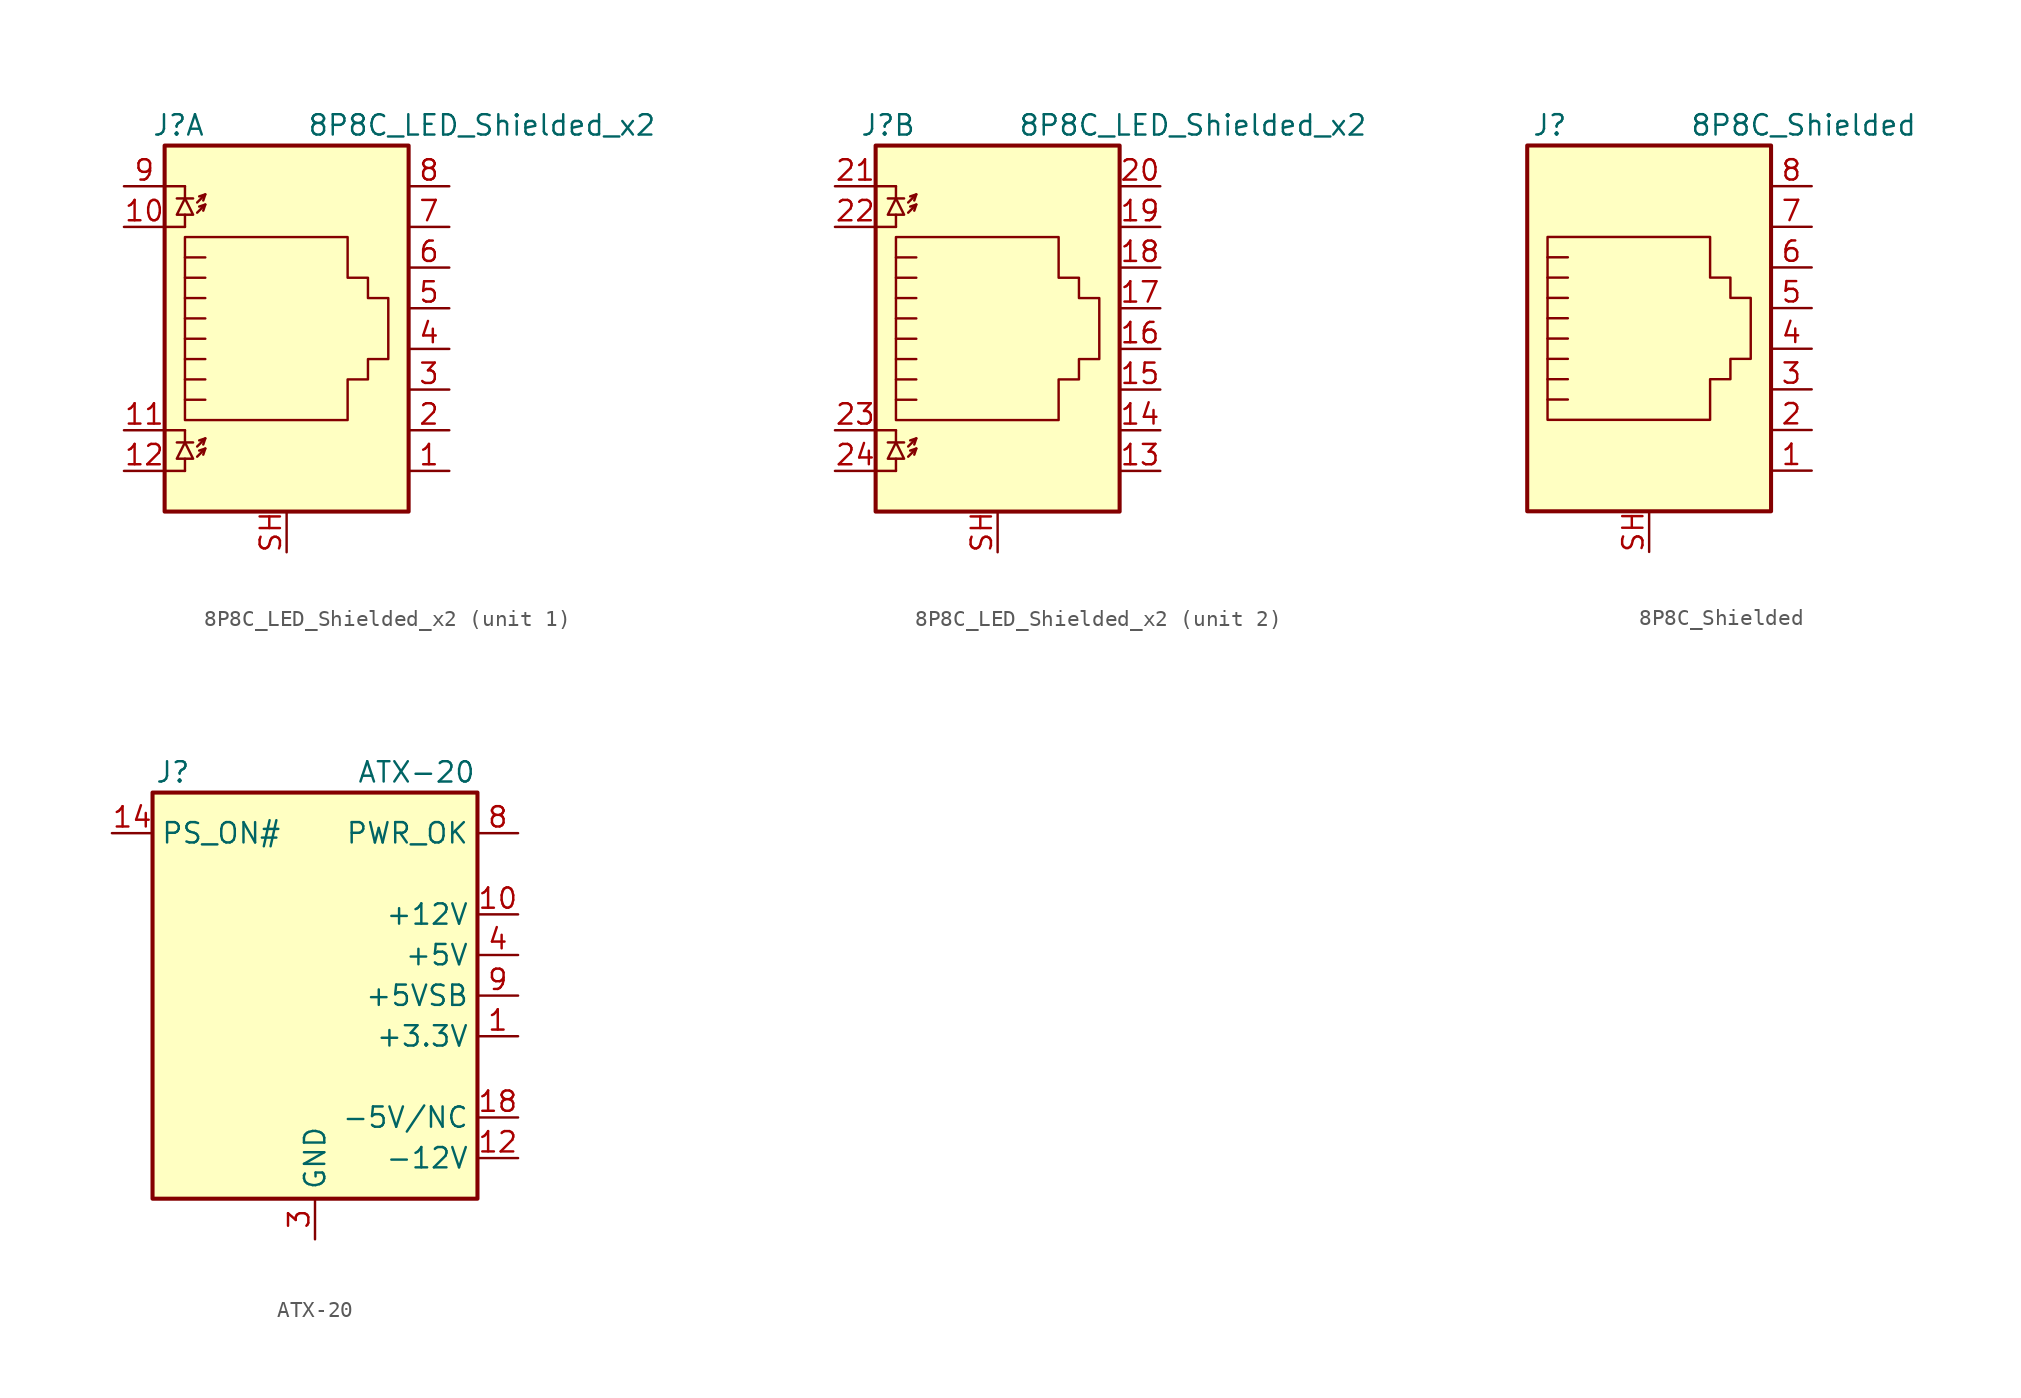
<source format=kicad_sym>
(kicad_symbol_lib
  (version 20220914)
  (generator kicad_symbol_editor)
  (symbol "8P8C_LED_Shielded_x2"
    (property "Reference" "J"
      (at -5.08 13.97 0)
      (effects (font (size 1.27 1.27)) (justify right)))
    (property "Value" "8P8C_LED_Shielded_x2"
      (at 1.27 13.97 0)
      (effects (font (size 1.27 1.27)) (justify left)))
    (symbol "8P8C_LED_Shielded_x2_0_1"
      (polyline (pts (xy -7.62 -7.62) (xy -6.35 -7.62)) (stroke (width 0) (type default)) (fill (type none)))
      (polyline (pts (xy -7.62 -5.08) (xy -6.35 -5.08)) (stroke (width 0) (type default)) (fill (type none)))
      (polyline (pts (xy -7.62 7.62) (xy -6.35 7.62)) (stroke (width 0) (type default)) (fill (type none)))
      (polyline (pts (xy -7.62 10.16) (xy -6.35 10.16)) (stroke (width 0) (type default)) (fill (type none)))
      (polyline (pts (xy -6.858 -5.842) (xy -5.842 -5.842)) (stroke (width 0) (type default)) (fill (type none)))
      (polyline (pts (xy -6.858 9.398) (xy -5.842 9.398)) (stroke (width 0) (type default)) (fill (type none)))
      (polyline (pts (xy -6.35 -7.62) (xy -6.35 -6.858)) (stroke (width 0) (type default)) (fill (type none)))
      (polyline (pts (xy -6.35 -5.08) (xy -6.35 -5.842)) (stroke (width 0) (type default)) (fill (type none)))
      (polyline (pts (xy -6.35 7.62) (xy -6.35 8.382)) (stroke (width 0) (type default)) (fill (type none)))
      (polyline (pts (xy -6.35 10.16) (xy -6.35 9.398)) (stroke (width 0) (type default)) (fill (type none)))
      (polyline (pts (xy -5.08 -6.223) (xy -5.207 -6.604)) (stroke (width 0) (type default)) (fill (type none)))
      (polyline (pts (xy -5.08 -5.588) (xy -5.207 -5.969)) (stroke (width 0) (type default)) (fill (type none)))
      (polyline (pts (xy -5.08 4.445) (xy -6.35 4.445)) (stroke (width 0) (type default)) (fill (type none)))
      (polyline (pts (xy -5.08 5.715) (xy -6.35 5.715)) (stroke (width 0) (type default)) (fill (type none)))
      (polyline (pts (xy -5.08 9.017) (xy -5.207 8.636)) (stroke (width 0) (type default)) (fill (type none)))
      (polyline (pts (xy -5.08 9.652) (xy -5.207 9.271)) (stroke (width 0) (type default)) (fill (type none)))
      (polyline (pts (xy -6.35 -3.175) (xy -5.08 -3.175) (xy -5.08 -3.175)) (stroke (width 0) (type default)) (fill (type none)))
      (polyline (pts (xy -6.35 -1.905) (xy -5.08 -1.905) (xy -5.08 -1.905)) (stroke (width 0) (type default)) (fill (type none)))
      (polyline (pts (xy -6.35 -0.635) (xy -5.08 -0.635) (xy -5.08 -0.635)) (stroke (width 0) (type default)) (fill (type none)))
      (polyline (pts (xy -6.35 0.635) (xy -5.08 0.635) (xy -5.08 0.635)) (stroke (width 0) (type default)) (fill (type none)))
      (polyline (pts (xy -6.35 1.905) (xy -5.08 1.905) (xy -5.08 1.905)) (stroke (width 0) (type default)) (fill (type none)))
      (polyline (pts (xy -5.588 -6.731) (xy -5.08 -6.223) (xy -5.461 -6.35)) (stroke (width 0) (type default)) (fill (type none)))
      (polyline (pts (xy -5.588 -6.096) (xy -5.08 -5.588) (xy -5.461 -5.715)) (stroke (width 0) (type default)) (fill (type none)))
      (polyline (pts (xy -5.588 8.509) (xy -5.08 9.017) (xy -5.461 8.89)) (stroke (width 0) (type default)) (fill (type none)))
      (polyline (pts (xy -5.588 9.144) (xy -5.08 9.652) (xy -5.461 9.525)) (stroke (width 0) (type default)) (fill (type none)))
      (polyline (pts (xy -5.08 3.175) (xy -6.35 3.175) (xy -6.35 3.175)) (stroke (width 0) (type default)) (fill (type none)))
      (polyline (pts (xy -6.35 -5.842) (xy -6.858 -6.858) (xy -5.842 -6.858) (xy -6.35 -5.842)) (stroke (width 0) (type default)) (fill (type none)))
      (polyline (pts (xy -6.35 9.398) (xy -6.858 8.382) (xy -5.842 8.382) (xy -6.35 9.398)) (stroke (width 0) (type default)) (fill (type none)))
      (polyline (pts (xy -6.35 -4.445) (xy -6.35 6.985) (xy 3.81 6.985) (xy 3.81 4.445) (xy 5.08 4.445) (xy 5.08 3.175) (xy 6.35 3.175) (xy 6.35 -0.635) (xy 5.08 -0.635) (xy 5.08 -1.905) (xy 3.81 -1.905) (xy 3.81 -4.445) (xy -6.35 -4.445) (xy -6.35 -4.445)) (stroke (width 0) (type default)) (fill (type none)))
      (rectangle (start 7.62 12.7) (end -7.62 -10.16) (stroke (width 0.254) (type default)) (fill (type background))))
    (symbol "8P8C_LED_Shielded_x2_1_1"
      (pin passive line (at 10.16 -7.62 180) (length 2.54) (name "~" (effects (font (size 1.27 1.27)))) (number "1" (effects (font (size 1.27 1.27)))))
      (pin passive line (at -10.16 7.62 0) (length 2.54) (name "~" (effects (font (size 1.27 1.27)))) (number "10" (effects (font (size 1.27 1.27)))))
      (pin passive line (at -10.16 -5.08 0) (length 2.54) (name "~" (effects (font (size 1.27 1.27)))) (number "11" (effects (font (size 1.27 1.27)))))
      (pin passive line (at -10.16 -7.62 0) (length 2.54) (name "~" (effects (font (size 1.27 1.27)))) (number "12" (effects (font (size 1.27 1.27)))))
      (pin passive line (at 10.16 -5.08 180) (length 2.54) (name "~" (effects (font (size 1.27 1.27)))) (number "2" (effects (font (size 1.27 1.27)))))
      (pin passive line (at 10.16 -2.54 180) (length 2.54) (name "~" (effects (font (size 1.27 1.27)))) (number "3" (effects (font (size 1.27 1.27)))))
      (pin passive line (at 10.16 0 180) (length 2.54) (name "~" (effects (font (size 1.27 1.27)))) (number "4" (effects (font (size 1.27 1.27)))))
      (pin passive line (at 10.16 2.54 180) (length 2.54) (name "~" (effects (font (size 1.27 1.27)))) (number "5" (effects (font (size 1.27 1.27)))))
      (pin passive line (at 10.16 5.08 180) (length 2.54) (name "~" (effects (font (size 1.27 1.27)))) (number "6" (effects (font (size 1.27 1.27)))))
      (pin passive line (at 10.16 7.62 180) (length 2.54) (name "~" (effects (font (size 1.27 1.27)))) (number "7" (effects (font (size 1.27 1.27)))))
      (pin passive line (at 10.16 10.16 180) (length 2.54) (name "~" (effects (font (size 1.27 1.27)))) (number "8" (effects (font (size 1.27 1.27)))))
      (pin passive line (at -10.16 10.16 0) (length 2.54) (name "~" (effects (font (size 1.27 1.27)))) (number "9" (effects (font (size 1.27 1.27)))))
      (pin passive line (at 0 -12.7 90) (length 2.54) (name "~" (effects (font (size 1.27 1.27)))) (number "SH" (effects (font (size 1.27 1.27))))))
    (symbol "8P8C_LED_Shielded_x2_2_1"
      (pin passive line (at 10.16 -7.62 180) (length 2.54) (name "~" (effects (font (size 1.27 1.27)))) (number "13" (effects (font (size 1.27 1.27)))))
      (pin passive line (at 10.16 -5.08 180) (length 2.54) (name "~" (effects (font (size 1.27 1.27)))) (number "14" (effects (font (size 1.27 1.27)))))
      (pin passive line (at 10.16 -2.54 180) (length 2.54) (name "~" (effects (font (size 1.27 1.27)))) (number "15" (effects (font (size 1.27 1.27)))))
      (pin passive line (at 10.16 0 180) (length 2.54) (name "~" (effects (font (size 1.27 1.27)))) (number "16" (effects (font (size 1.27 1.27)))))
      (pin passive line (at 10.16 2.54 180) (length 2.54) (name "~" (effects (font (size 1.27 1.27)))) (number "17" (effects (font (size 1.27 1.27)))))
      (pin passive line (at 10.16 5.08 180) (length 2.54) (name "~" (effects (font (size 1.27 1.27)))) (number "18" (effects (font (size 1.27 1.27)))))
      (pin passive line (at 10.16 7.62 180) (length 2.54) (name "~" (effects (font (size 1.27 1.27)))) (number "19" (effects (font (size 1.27 1.27)))))
      (pin passive line (at 10.16 10.16 180) (length 2.54) (name "~" (effects (font (size 1.27 1.27)))) (number "20" (effects (font (size 1.27 1.27)))))
      (pin passive line (at -10.16 10.16 0) (length 2.54) (name "~" (effects (font (size 1.27 1.27)))) (number "21" (effects (font (size 1.27 1.27)))))
      (pin passive line (at -10.16 7.62 0) (length 2.54) (name "~" (effects (font (size 1.27 1.27)))) (number "22" (effects (font (size 1.27 1.27)))))
      (pin passive line (at -10.16 -5.08 0) (length 2.54) (name "~" (effects (font (size 1.27 1.27)))) (number "23" (effects (font (size 1.27 1.27)))))
      (pin passive line (at -10.16 -7.62 0) (length 2.54) (name "~" (effects (font (size 1.27 1.27)))) (number "24" (effects (font (size 1.27 1.27)))))
      (pin passive line (at 0 -12.7 90) (length 2.54) (name "~" (effects (font (size 1.27 1.27)))) (number "SH" (effects (font (size 1.27 1.27)))))))
  (symbol "8P8C_Shielded"
    (pin_names
      (offset 1.016))
    (property "Reference" "J"
      (at -5.08 13.97 0)
      (effects (font (size 1.27 1.27)) (justify right)))
    (property "Value" "8P8C_Shielded"
      (at 2.54 13.97 0)
      (effects (font (size 1.27 1.27)) (justify left)))
    (symbol "8P8C_Shielded_0_1"
      (polyline (pts (xy -5.08 4.445) (xy -6.35 4.445)) (stroke (width 0) (type default)) (fill (type none)))
      (polyline (pts (xy -5.08 5.715) (xy -6.35 5.715)) (stroke (width 0) (type default)) (fill (type none)))
      (polyline (pts (xy -6.35 -3.175) (xy -5.08 -3.175) (xy -5.08 -3.175)) (stroke (width 0) (type default)) (fill (type none)))
      (polyline (pts (xy -6.35 -1.905) (xy -5.08 -1.905) (xy -5.08 -1.905)) (stroke (width 0) (type default)) (fill (type none)))
      (polyline (pts (xy -6.35 -0.635) (xy -5.08 -0.635) (xy -5.08 -0.635)) (stroke (width 0) (type default)) (fill (type none)))
      (polyline (pts (xy -6.35 0.635) (xy -5.08 0.635) (xy -5.08 0.635)) (stroke (width 0) (type default)) (fill (type none)))
      (polyline (pts (xy -6.35 1.905) (xy -5.08 1.905) (xy -5.08 1.905)) (stroke (width 0) (type default)) (fill (type none)))
      (polyline (pts (xy -5.08 3.175) (xy -6.35 3.175) (xy -6.35 3.175)) (stroke (width 0) (type default)) (fill (type none)))
      (polyline (pts (xy -6.35 -4.445) (xy -6.35 6.985) (xy 3.81 6.985) (xy 3.81 4.445) (xy 5.08 4.445) (xy 5.08 3.175) (xy 6.35 3.175) (xy 6.35 -0.635) (xy 5.08 -0.635) (xy 5.08 -1.905) (xy 3.81 -1.905) (xy 3.81 -4.445) (xy -6.35 -4.445) (xy -6.35 -4.445)) (stroke (width 0) (type default)) (fill (type none)))
      (rectangle (start 7.62 12.7) (end -7.62 -10.16) (stroke (width 0.254) (type default)) (fill (type background))))
    (symbol "8P8C_Shielded_1_1"
      (pin passive line (at 10.16 -7.62 180) (length 2.54) (name "~" (effects (font (size 1.27 1.27)))) (number "1" (effects (font (size 1.27 1.27)))))
      (pin passive line (at 10.16 -5.08 180) (length 2.54) (name "~" (effects (font (size 1.27 1.27)))) (number "2" (effects (font (size 1.27 1.27)))))
      (pin passive line (at 10.16 -2.54 180) (length 2.54) (name "~" (effects (font (size 1.27 1.27)))) (number "3" (effects (font (size 1.27 1.27)))))
      (pin passive line (at 10.16 0 180) (length 2.54) (name "~" (effects (font (size 1.27 1.27)))) (number "4" (effects (font (size 1.27 1.27)))))
      (pin passive line (at 10.16 2.54 180) (length 2.54) (name "~" (effects (font (size 1.27 1.27)))) (number "5" (effects (font (size 1.27 1.27)))))
      (pin passive line (at 10.16 5.08 180) (length 2.54) (name "~" (effects (font (size 1.27 1.27)))) (number "6" (effects (font (size 1.27 1.27)))))
      (pin passive line (at 10.16 7.62 180) (length 2.54) (name "~" (effects (font (size 1.27 1.27)))) (number "7" (effects (font (size 1.27 1.27)))))
      (pin passive line (at 10.16 10.16 180) (length 2.54) (name "~" (effects (font (size 1.27 1.27)))) (number "8" (effects (font (size 1.27 1.27)))))
      (pin passive line (at 0 -12.7 90) (length 2.54) (name "~" (effects (font (size 1.27 1.27)))) (number "SH" (effects (font (size 1.27 1.27)))))))
  (symbol "ATX-20"
    (property "Reference" "J"
      (at -8.89 13.97 0)
      (effects (font (size 1.27 1.27))))
    (property "Value" "ATX-20"
      (at 6.35 13.97 0)
      (effects (font (size 1.27 1.27))))
    (symbol "ATX-20_0_1"
      (rectangle (start -10.16 12.7) (end 10.16 -12.7) (stroke (width 0.254) (type default)) (fill (type background))))
    (symbol "ATX-20_1_1"
      (pin power_out line (at 12.7 -2.54 180) (length 2.54) (name "+3.3V" (effects (font (size 1.27 1.27)))) (number "1" (effects (font (size 1.27 1.27)))))
      (pin power_out line (at 12.7 5.08 180) (length 2.54) (name "+12V" (effects (font (size 1.27 1.27)))) (number "10" (effects (font (size 1.27 1.27)))))
      (pin passive line (at 12.7 -2.54 180) (length 2.54) hide (name "+3.3V" (effects (font (size 1.27 1.27)))) (number "11" (effects (font (size 1.27 1.27)))))
      (pin power_out line (at 12.7 -10.16 180) (length 2.54) (name "-12V" (effects (font (size 1.27 1.27)))) (number "12" (effects (font (size 1.27 1.27)))))
      (pin passive line (at 0 -15.24 90) (length 2.54) hide (name "GND" (effects (font (size 1.27 1.27)))) (number "13" (effects (font (size 1.27 1.27)))))
      (pin open_collector line (at -12.7 10.16 0) (length 2.54) (name "PS_ON#" (effects (font (size 1.27 1.27)))) (number "14" (effects (font (size 1.27 1.27)))))
      (pin passive line (at 0 -15.24 90) (length 2.54) hide (name "GND" (effects (font (size 1.27 1.27)))) (number "15" (effects (font (size 1.27 1.27)))))
      (pin passive line (at 0 -15.24 90) (length 2.54) hide (name "GND" (effects (font (size 1.27 1.27)))) (number "16" (effects (font (size 1.27 1.27)))))
      (pin passive line (at 0 -15.24 90) (length 2.54) hide (name "GND" (effects (font (size 1.27 1.27)))) (number "17" (effects (font (size 1.27 1.27)))))
      (pin power_out line (at 12.7 -7.62 180) (length 2.54) (name "-5V/NC" (effects (font (size 1.27 1.27)))) (number "18" (effects (font (size 1.27 1.27)))))
      (pin passive line (at 12.7 2.54 180) (length 2.54) hide (name "+5V" (effects (font (size 1.27 1.27)))) (number "19" (effects (font (size 1.27 1.27)))))
      (pin passive line (at 12.7 -2.54 180) (length 2.54) hide (name "+3.3V" (effects (font (size 1.27 1.27)))) (number "2" (effects (font (size 1.27 1.27)))))
      (pin passive line (at 12.7 2.54 180) (length 2.54) hide (name "+5V" (effects (font (size 1.27 1.27)))) (number "20" (effects (font (size 1.27 1.27)))))
      (pin power_out line (at 0 -15.24 90) (length 2.54) (name "GND" (effects (font (size 1.27 1.27)))) (number "3" (effects (font (size 1.27 1.27)))))
      (pin power_out line (at 12.7 2.54 180) (length 2.54) (name "+5V" (effects (font (size 1.27 1.27)))) (number "4" (effects (font (size 1.27 1.27)))))
      (pin passive line (at 0 -15.24 90) (length 2.54) hide (name "GND" (effects (font (size 1.27 1.27)))) (number "5" (effects (font (size 1.27 1.27)))))
      (pin passive line (at 12.7 2.54 180) (length 2.54) hide (name "+5V" (effects (font (size 1.27 1.27)))) (number "6" (effects (font (size 1.27 1.27)))))
      (pin passive line (at 0 -15.24 90) (length 2.54) hide (name "GND" (effects (font (size 1.27 1.27)))) (number "7" (effects (font (size 1.27 1.27)))))
      (pin output line (at 12.7 10.16 180) (length 2.54) (name "PWR_OK" (effects (font (size 1.27 1.27)))) (number "8" (effects (font (size 1.27 1.27)))))
      (pin power_out line (at 12.7 0 180) (length 2.54) (name "+5VSB" (effects (font (size 1.27 1.27)))) (number "9" (effects (font (size 1.27 1.27))))))))
</source>
